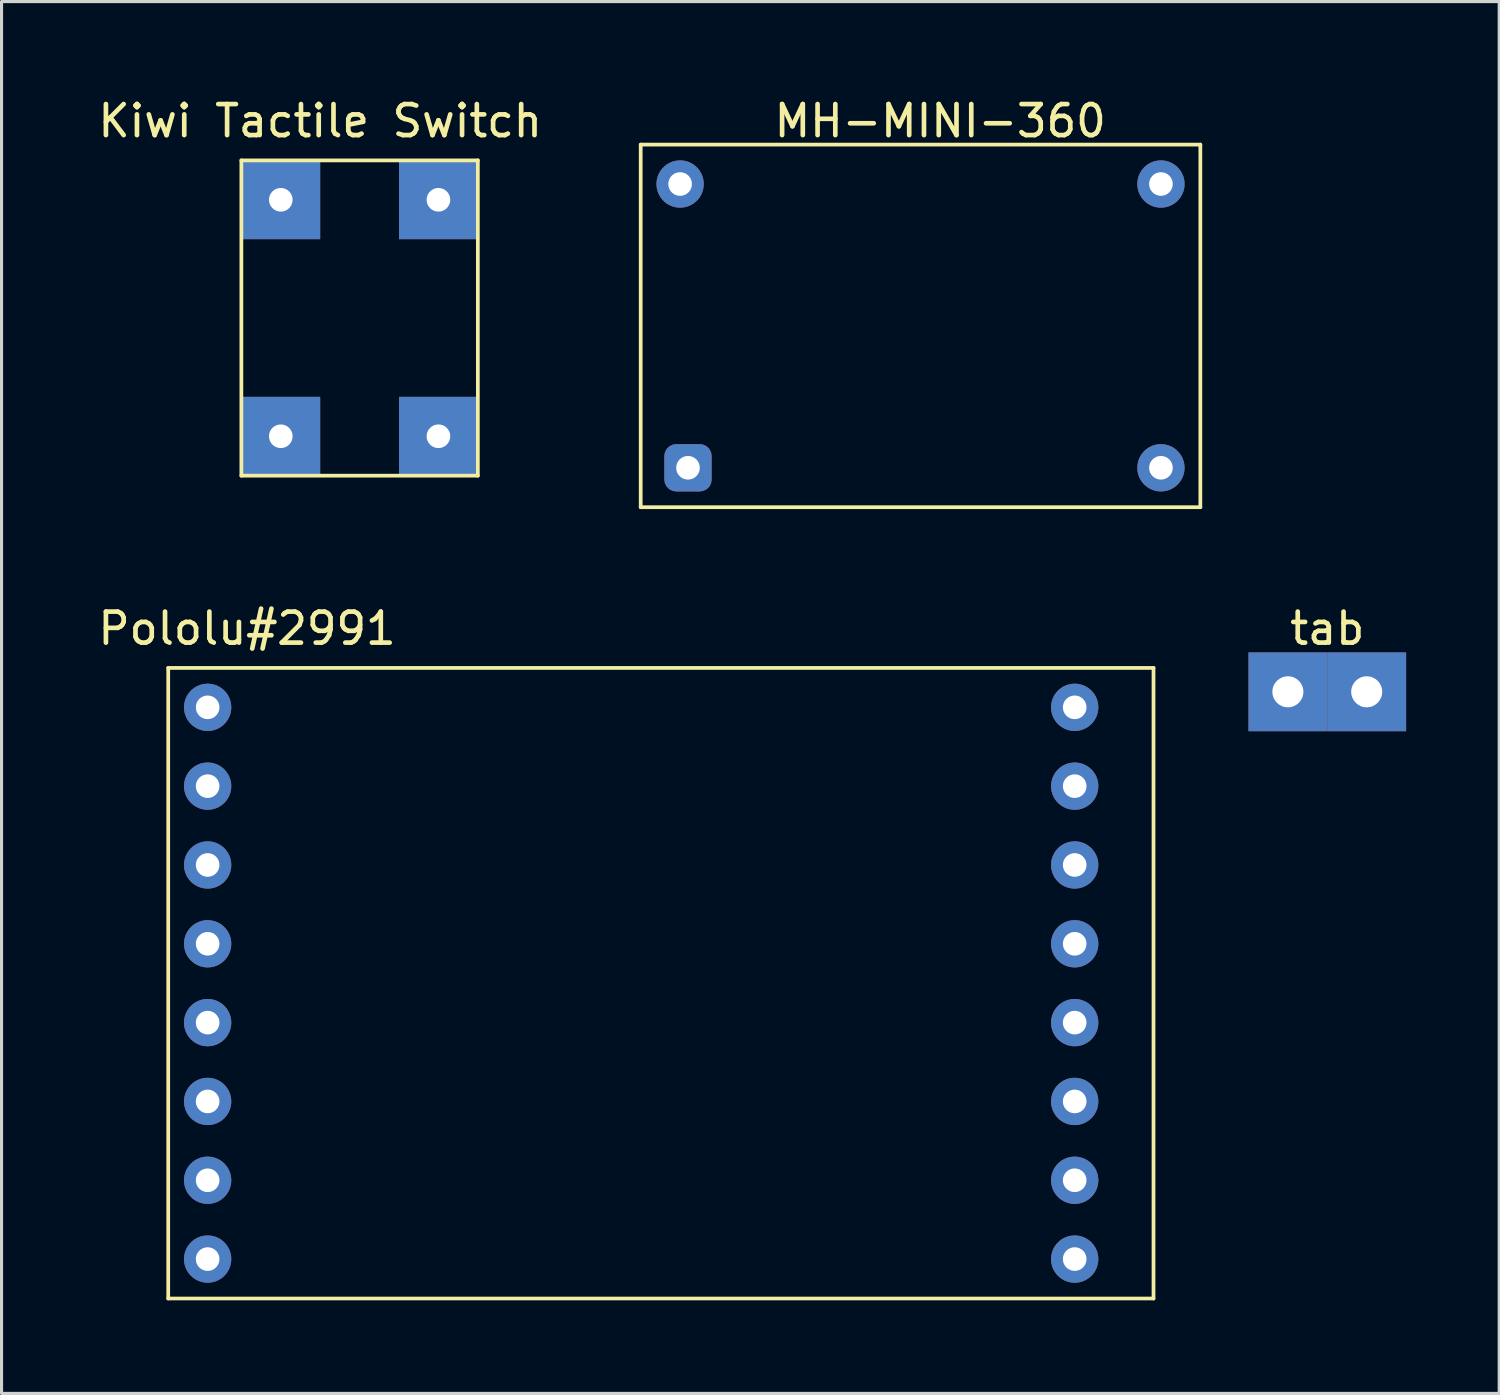
<source format=kicad_pcb>
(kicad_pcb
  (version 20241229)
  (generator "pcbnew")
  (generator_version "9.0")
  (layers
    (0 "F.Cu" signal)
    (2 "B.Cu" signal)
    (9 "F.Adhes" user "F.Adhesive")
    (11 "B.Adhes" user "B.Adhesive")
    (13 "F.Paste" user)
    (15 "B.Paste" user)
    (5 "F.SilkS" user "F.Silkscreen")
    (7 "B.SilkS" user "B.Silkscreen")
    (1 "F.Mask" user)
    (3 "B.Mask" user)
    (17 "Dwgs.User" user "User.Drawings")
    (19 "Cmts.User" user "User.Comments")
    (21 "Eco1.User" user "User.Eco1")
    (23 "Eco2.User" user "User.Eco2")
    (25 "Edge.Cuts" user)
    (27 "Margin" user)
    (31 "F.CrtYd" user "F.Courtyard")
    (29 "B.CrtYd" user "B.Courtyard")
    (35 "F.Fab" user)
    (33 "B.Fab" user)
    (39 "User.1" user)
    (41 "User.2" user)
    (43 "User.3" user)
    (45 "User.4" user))
  (footprint "MH-MINI-360"
    (layer "F.Cu")
    (at 23.946 6.69)
    (property "Reference" "MH-MINI-360" (at 3.302 -5.842 0) (layer "F.SilkS") (effects (font (size 1 1) (thickness 0.15))))
    (attr through_hole)
    (fp_line (start -6.35 -5.08) (end 11.684 -5.08) (stroke (width 0.12) (type solid)) (layer "F.SilkS"))
    (fp_line (start -6.35 6.604) (end -6.35 -5.08) (stroke (width 0.12) (type solid)) (layer "F.SilkS"))
    (fp_line (start 11.684 -5.08) (end 11.684 6.604) (stroke (width 0.12) (type solid)) (layer "F.SilkS"))
    (fp_line (start 11.684 6.604) (end -6.35 6.604) (stroke (width 0.12) (type solid)) (layer "F.SilkS"))
    (pad "1" thru_hole roundrect (at -4.826 5.334) (size 1.524 1.524) (drill 0.762) (layers "*.Cu" "*.Mask") (roundrect_rratio 0.25))
    (pad "2" thru_hole circle (at 10.414 5.334) (size 1.524 1.524) (drill 0.762) (layers "*.Cu" "*.Mask"))
    (pad "3" thru_hole circle (at -5.08 -3.81) (size 1.524 1.524) (drill 0.762) (layers "*.Cu" "*.Mask"))
    (pad "4" thru_hole circle (at 10.414 -3.81) (size 1.524 1.524) (drill 0.762) (layers "*.Cu" "*.Mask")))
  (footprint "Kiwi Tactile Switch"
    (layer "F.Cu")
    (at 8.538 7.198)
    (property "Reference" "Kiwi Tactile Switch" (at -1.27 -6.35 0) (layer "F.SilkS") (effects (font (size 1 1) (thickness 0.15))))
    (attr through_hole)
    (fp_line (start -3.81 -5.08) (end 3.81 -5.08) (stroke (width 0.12) (type solid)) (layer "F.SilkS"))
    (fp_line (start -3.81 5.08) (end -3.81 -5.08) (stroke (width 0.12) (type solid)) (layer "F.SilkS"))
    (fp_line (start 3.81 -5.08) (end 3.81 5.08) (stroke (width 0.12) (type solid)) (layer "F.SilkS"))
    (fp_line (start 3.81 5.08) (end -3.81 5.08) (stroke (width 0.12) (type solid)) (layer "F.SilkS"))
    (pad "1" thru_hole rect (at -2.54 -3.81) (size 2.54 2.54) (drill 0.762) (layers "*.Cu" "*.Mask"))
    (pad "2" thru_hole rect (at -2.54 3.81) (size 2.54 2.54) (drill 0.762) (layers "*.Cu" "*.Mask"))
    (pad "3" thru_hole rect (at 2.54 3.81) (size 2.54 2.54) (drill 0.762) (layers "*.Cu" "*.Mask"))
    (pad "4" thru_hole rect (at 2.54 -3.81) (size 2.54 2.54) (drill 0.762) (layers "*.Cu" "*.Mask")))
  (footprint "tab"
    (layer "F.Cu")
    (at 39.721 16.703)
    (property "Reference" "tab" (at 0 0.5 0) (layer "F.SilkS") (effects (font (size 1 1) (thickness 0.15))))
    (attr through_hole)
    (pad "1" thru_hole rect (at -1.27 2.54) (size 2.54 2.54) (drill 1) (layers "*.Cu" "*.Mask"))
    (pad "1" thru_hole rect (at 1.27 2.54) (size 2.54 2.54) (drill 1) (layers "*.Cu" "*.Mask")))
  (footprint "Pololu#2991"
    (layer "F.Cu")
    (at 17.611 28.633)
    (property "Reference" "Pololu#2991" (at -12.7 -11.43 0) (layer "F.SilkS") (effects (font (size 1 1) (thickness 0.15))))
    (attr through_hole)
    (fp_line (start -15.24 -10.16) (end -15.24 10.16) (stroke (width 0.12) (type solid)) (layer "F.SilkS"))
    (fp_line (start -15.24 10.16) (end 16.51 10.16) (stroke (width 0.12) (type solid)) (layer "F.SilkS"))
    (fp_line (start 16.51 -10.16) (end -15.24 -10.16) (stroke (width 0.12) (type solid)) (layer "F.SilkS"))
    (fp_line (start 16.51 10.16) (end 16.51 -10.16) (stroke (width 0.12) (type solid)) (layer "F.SilkS"))
    (pad "1" thru_hole circle (at 13.97 8.89) (size 1.524 1.524) (drill 0.762) (layers "*.Cu" "*.Mask"))
    (pad "2" thru_hole circle (at 13.97 6.35) (size 1.524 1.524) (drill 0.762) (layers "*.Cu" "*.Mask"))
    (pad "3" thru_hole circle (at 13.97 3.81) (size 1.524 1.524) (drill 0.762) (layers "*.Cu" "*.Mask"))
    (pad "4" thru_hole circle (at 13.97 1.27) (size 1.524 1.524) (drill 0.762) (layers "*.Cu" "*.Mask"))
    (pad "5" thru_hole circle (at 13.97 -1.27) (size 1.524 1.524) (drill 0.762) (layers "*.Cu" "*.Mask"))
    (pad "6" thru_hole circle (at 13.97 -3.81) (size 1.524 1.524) (drill 0.762) (layers "*.Cu" "*.Mask"))
    (pad "7" thru_hole circle (at 13.97 -6.35) (size 1.524 1.524) (drill 0.762) (layers "*.Cu" "*.Mask"))
    (pad "8" thru_hole circle (at 13.97 -8.89) (size 1.524 1.524) (drill 0.762) (layers "*.Cu" "*.Mask"))
    (pad "9" thru_hole circle (at -13.97 -8.89) (size 1.524 1.524) (drill 0.762) (layers "*.Cu" "*.Mask"))
    (pad "10" thru_hole circle (at -13.97 -6.35) (size 1.524 1.524) (drill 0.762) (layers "*.Cu" "*.Mask"))
    (pad "11" thru_hole circle (at -13.97 -3.81) (size 1.524 1.524) (drill 0.762) (layers "*.Cu" "*.Mask"))
    (pad "12" thru_hole circle (at -13.97 -1.27) (size 1.524 1.524) (drill 0.762) (layers "*.Cu" "*.Mask"))
    (pad "13" thru_hole circle (at -13.97 1.27) (size 1.524 1.524) (drill 0.762) (layers "*.Cu" "*.Mask"))
    (pad "14" thru_hole circle (at -13.97 3.81) (size 1.524 1.524) (drill 0.762) (layers "*.Cu" "*.Mask"))
    (pad "15" thru_hole circle (at -13.97 6.35) (size 1.524 1.524) (drill 0.762) (layers "*.Cu" "*.Mask"))
    (pad "16" thru_hole circle (at -13.97 8.89) (size 1.524 1.524) (drill 0.762) (layers "*.Cu" "*.Mask")))
  (gr_rect
    (start -3 -3)
    (end 45.261 41.852)
    (stroke (width 0.1) (type default))
    (fill no)
    (layer "Edge.Cuts")))
</source>
